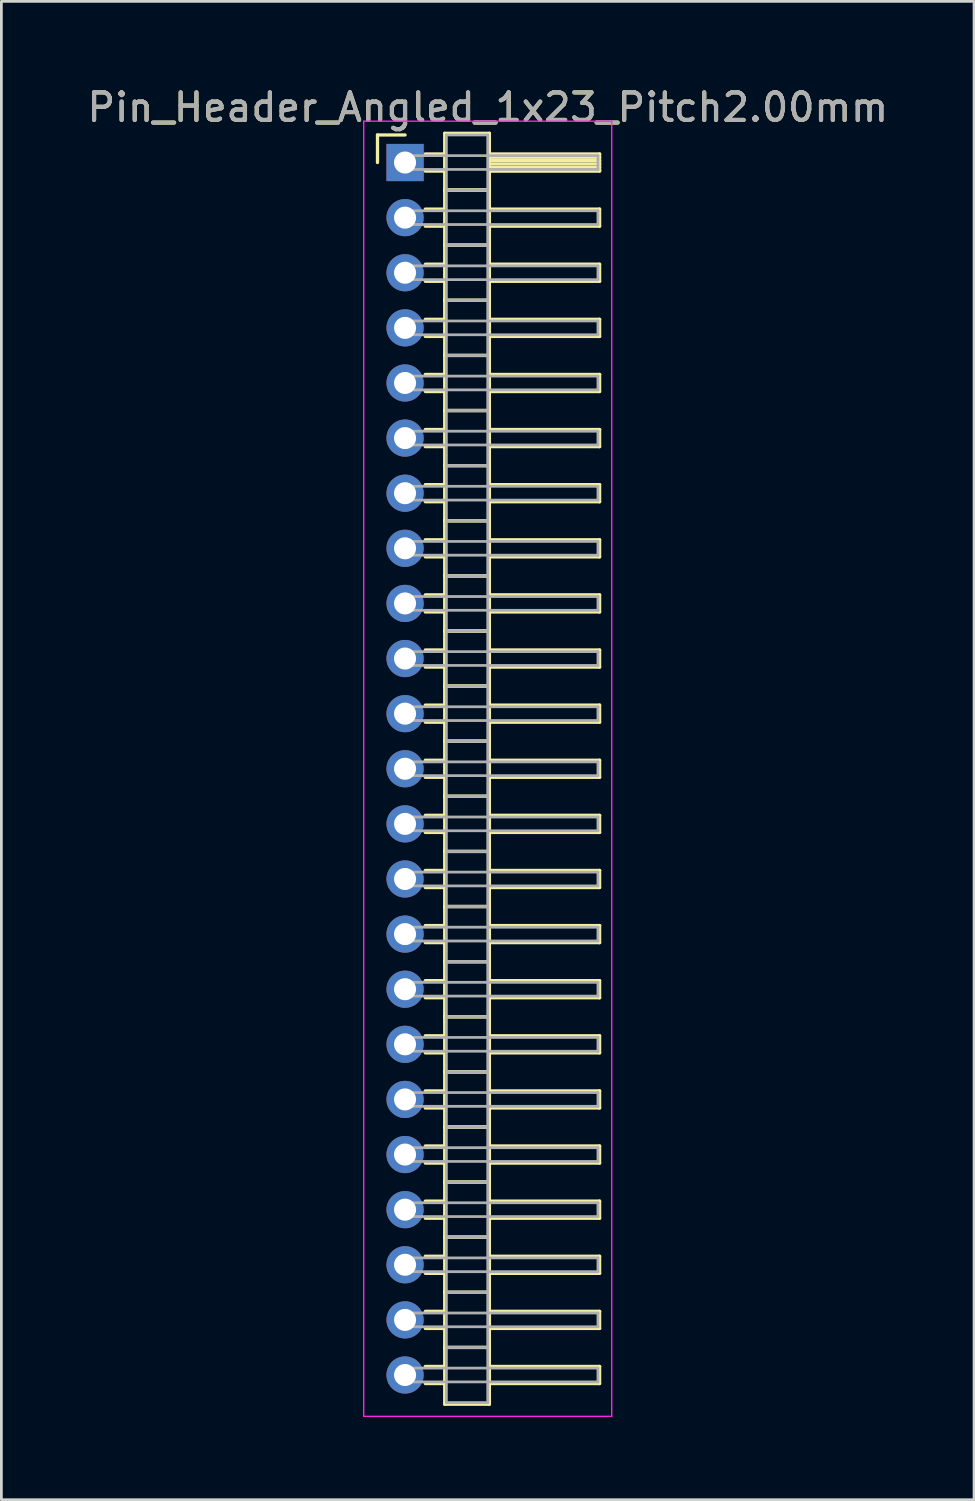
<source format=kicad_pcb>
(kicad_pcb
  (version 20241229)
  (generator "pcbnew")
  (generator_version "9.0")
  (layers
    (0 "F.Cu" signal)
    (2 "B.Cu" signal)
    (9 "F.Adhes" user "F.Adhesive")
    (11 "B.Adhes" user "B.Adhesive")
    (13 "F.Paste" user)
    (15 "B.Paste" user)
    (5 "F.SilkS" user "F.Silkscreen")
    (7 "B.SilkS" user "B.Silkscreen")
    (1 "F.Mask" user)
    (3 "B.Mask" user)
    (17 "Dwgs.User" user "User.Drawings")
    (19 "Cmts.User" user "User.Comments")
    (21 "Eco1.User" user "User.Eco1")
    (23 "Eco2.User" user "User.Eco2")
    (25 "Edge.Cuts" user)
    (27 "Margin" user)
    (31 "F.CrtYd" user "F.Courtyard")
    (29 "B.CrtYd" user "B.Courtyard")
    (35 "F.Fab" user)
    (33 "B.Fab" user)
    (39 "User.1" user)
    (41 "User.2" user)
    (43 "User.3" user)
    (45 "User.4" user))
  (footprint "Pin_Header_Angled_1x23_Pitch2.00mm"
    (layer "F.Cu")
    (at 11.649 2.848)
    (property "Reference" "Pin_Header_Angled_1x23_Pitch2.00mm" (at 3 -2 0) (layer "F.SilkS") (effects (font (size 1 1) (thickness 0.15))))
    (attr through_hole)
    (fp_line (start -1 -1) (end 0 -1) (stroke (width 0.12) (type solid)) (layer "F.SilkS"))
    (fp_line (start -1 0) (end -1 -1) (stroke (width 0.12) (type solid)) (layer "F.SilkS"))
    (fp_line (start 0.735 -0.31) (end 1.44 -0.31) (stroke (width 0.12) (type solid)) (layer "F.SilkS"))
    (fp_line (start 0.735 0.31) (end 1.44 0.31) (stroke (width 0.12) (type solid)) (layer "F.SilkS"))
    (fp_line (start 0.735 1.69) (end 1.44 1.69) (stroke (width 0.12) (type solid)) (layer "F.SilkS"))
    (fp_line (start 0.735 2.31) (end 1.44 2.31) (stroke (width 0.12) (type solid)) (layer "F.SilkS"))
    (fp_line (start 0.735 3.69) (end 1.44 3.69) (stroke (width 0.12) (type solid)) (layer "F.SilkS"))
    (fp_line (start 0.735 4.31) (end 1.44 4.31) (stroke (width 0.12) (type solid)) (layer "F.SilkS"))
    (fp_line (start 0.735 5.69) (end 1.44 5.69) (stroke (width 0.12) (type solid)) (layer "F.SilkS"))
    (fp_line (start 0.735 6.31) (end 1.44 6.31) (stroke (width 0.12) (type solid)) (layer "F.SilkS"))
    (fp_line (start 0.735 7.69) (end 1.44 7.69) (stroke (width 0.12) (type solid)) (layer "F.SilkS"))
    (fp_line (start 0.735 8.31) (end 1.44 8.31) (stroke (width 0.12) (type solid)) (layer "F.SilkS"))
    (fp_line (start 0.735 9.69) (end 1.44 9.69) (stroke (width 0.12) (type solid)) (layer "F.SilkS"))
    (fp_line (start 0.735 10.31) (end 1.44 10.31) (stroke (width 0.12) (type solid)) (layer "F.SilkS"))
    (fp_line (start 0.735 11.69) (end 1.44 11.69) (stroke (width 0.12) (type solid)) (layer "F.SilkS"))
    (fp_line (start 0.735 12.31) (end 1.44 12.31) (stroke (width 0.12) (type solid)) (layer "F.SilkS"))
    (fp_line (start 0.735 13.69) (end 1.44 13.69) (stroke (width 0.12) (type solid)) (layer "F.SilkS"))
    (fp_line (start 0.735 14.31) (end 1.44 14.31) (stroke (width 0.12) (type solid)) (layer "F.SilkS"))
    (fp_line (start 0.735 15.69) (end 1.44 15.69) (stroke (width 0.12) (type solid)) (layer "F.SilkS"))
    (fp_line (start 0.735 16.31) (end 1.44 16.31) (stroke (width 0.12) (type solid)) (layer "F.SilkS"))
    (fp_line (start 0.735 17.69) (end 1.44 17.69) (stroke (width 0.12) (type solid)) (layer "F.SilkS"))
    (fp_line (start 0.735 18.31) (end 1.44 18.31) (stroke (width 0.12) (type solid)) (layer "F.SilkS"))
    (fp_line (start 0.735 19.69) (end 1.44 19.69) (stroke (width 0.12) (type solid)) (layer "F.SilkS"))
    (fp_line (start 0.735 20.31) (end 1.44 20.31) (stroke (width 0.12) (type solid)) (layer "F.SilkS"))
    (fp_line (start 0.735 21.69) (end 1.44 21.69) (stroke (width 0.12) (type solid)) (layer "F.SilkS"))
    (fp_line (start 0.735 22.31) (end 1.44 22.31) (stroke (width 0.12) (type solid)) (layer "F.SilkS"))
    (fp_line (start 0.735 23.69) (end 1.44 23.69) (stroke (width 0.12) (type solid)) (layer "F.SilkS"))
    (fp_line (start 0.735 24.31) (end 1.44 24.31) (stroke (width 0.12) (type solid)) (layer "F.SilkS"))
    (fp_line (start 0.735 25.69) (end 1.44 25.69) (stroke (width 0.12) (type solid)) (layer "F.SilkS"))
    (fp_line (start 0.735 26.31) (end 1.44 26.31) (stroke (width 0.12) (type solid)) (layer "F.SilkS"))
    (fp_line (start 0.735 27.69) (end 1.44 27.69) (stroke (width 0.12) (type solid)) (layer "F.SilkS"))
    (fp_line (start 0.735 28.31) (end 1.44 28.31) (stroke (width 0.12) (type solid)) (layer "F.SilkS"))
    (fp_line (start 0.735 29.69) (end 1.44 29.69) (stroke (width 0.12) (type solid)) (layer "F.SilkS"))
    (fp_line (start 0.735 30.31) (end 1.44 30.31) (stroke (width 0.12) (type solid)) (layer "F.SilkS"))
    (fp_line (start 0.735 31.69) (end 1.44 31.69) (stroke (width 0.12) (type solid)) (layer "F.SilkS"))
    (fp_line (start 0.735 32.31) (end 1.44 32.31) (stroke (width 0.12) (type solid)) (layer "F.SilkS"))
    (fp_line (start 0.735 33.69) (end 1.44 33.69) (stroke (width 0.12) (type solid)) (layer "F.SilkS"))
    (fp_line (start 0.735 34.31) (end 1.44 34.31) (stroke (width 0.12) (type solid)) (layer "F.SilkS"))
    (fp_line (start 0.735 35.69) (end 1.44 35.69) (stroke (width 0.12) (type solid)) (layer "F.SilkS"))
    (fp_line (start 0.735 36.31) (end 1.44 36.31) (stroke (width 0.12) (type solid)) (layer "F.SilkS"))
    (fp_line (start 0.735 37.69) (end 1.44 37.69) (stroke (width 0.12) (type solid)) (layer "F.SilkS"))
    (fp_line (start 0.735 38.31) (end 1.44 38.31) (stroke (width 0.12) (type solid)) (layer "F.SilkS"))
    (fp_line (start 0.735 39.69) (end 1.44 39.69) (stroke (width 0.12) (type solid)) (layer "F.SilkS"))
    (fp_line (start 0.735 40.31) (end 1.44 40.31) (stroke (width 0.12) (type solid)) (layer "F.SilkS"))
    (fp_line (start 0.735 41.69) (end 1.44 41.69) (stroke (width 0.12) (type solid)) (layer "F.SilkS"))
    (fp_line (start 0.735 42.31) (end 1.44 42.31) (stroke (width 0.12) (type solid)) (layer "F.SilkS"))
    (fp_line (start 0.735 43.69) (end 1.44 43.69) (stroke (width 0.12) (type solid)) (layer "F.SilkS"))
    (fp_line (start 0.735 44.31) (end 1.44 44.31) (stroke (width 0.12) (type solid)) (layer "F.SilkS"))
    (fp_line (start 1.44 -1.06) (end 1.44 1) (stroke (width 0.12) (type solid)) (layer "F.SilkS"))
    (fp_line (start 1.44 1) (end 1.44 3) (stroke (width 0.12) (type solid)) (layer "F.SilkS"))
    (fp_line (start 1.44 1) (end 3.06 1) (stroke (width 0.12) (type solid)) (layer "F.SilkS"))
    (fp_line (start 1.44 3) (end 1.44 5) (stroke (width 0.12) (type solid)) (layer "F.SilkS"))
    (fp_line (start 1.44 3) (end 3.06 3) (stroke (width 0.12) (type solid)) (layer "F.SilkS"))
    (fp_line (start 1.44 5) (end 1.44 7) (stroke (width 0.12) (type solid)) (layer "F.SilkS"))
    (fp_line (start 1.44 5) (end 3.06 5) (stroke (width 0.12) (type solid)) (layer "F.SilkS"))
    (fp_line (start 1.44 7) (end 1.44 9) (stroke (width 0.12) (type solid)) (layer "F.SilkS"))
    (fp_line (start 1.44 7) (end 3.06 7) (stroke (width 0.12) (type solid)) (layer "F.SilkS"))
    (fp_line (start 1.44 9) (end 1.44 11) (stroke (width 0.12) (type solid)) (layer "F.SilkS"))
    (fp_line (start 1.44 9) (end 3.06 9) (stroke (width 0.12) (type solid)) (layer "F.SilkS"))
    (fp_line (start 1.44 11) (end 1.44 13) (stroke (width 0.12) (type solid)) (layer "F.SilkS"))
    (fp_line (start 1.44 11) (end 3.06 11) (stroke (width 0.12) (type solid)) (layer "F.SilkS"))
    (fp_line (start 1.44 13) (end 1.44 15) (stroke (width 0.12) (type solid)) (layer "F.SilkS"))
    (fp_line (start 1.44 13) (end 3.06 13) (stroke (width 0.12) (type solid)) (layer "F.SilkS"))
    (fp_line (start 1.44 15) (end 1.44 17) (stroke (width 0.12) (type solid)) (layer "F.SilkS"))
    (fp_line (start 1.44 15) (end 3.06 15) (stroke (width 0.12) (type solid)) (layer "F.SilkS"))
    (fp_line (start 1.44 17) (end 1.44 19) (stroke (width 0.12) (type solid)) (layer "F.SilkS"))
    (fp_line (start 1.44 17) (end 3.06 17) (stroke (width 0.12) (type solid)) (layer "F.SilkS"))
    (fp_line (start 1.44 19) (end 1.44 21) (stroke (width 0.12) (type solid)) (layer "F.SilkS"))
    (fp_line (start 1.44 19) (end 3.06 19) (stroke (width 0.12) (type solid)) (layer "F.SilkS"))
    (fp_line (start 1.44 21) (end 1.44 23) (stroke (width 0.12) (type solid)) (layer "F.SilkS"))
    (fp_line (start 1.44 21) (end 3.06 21) (stroke (width 0.12) (type solid)) (layer "F.SilkS"))
    (fp_line (start 1.44 23) (end 1.44 25) (stroke (width 0.12) (type solid)) (layer "F.SilkS"))
    (fp_line (start 1.44 23) (end 3.06 23) (stroke (width 0.12) (type solid)) (layer "F.SilkS"))
    (fp_line (start 1.44 25) (end 1.44 27) (stroke (width 0.12) (type solid)) (layer "F.SilkS"))
    (fp_line (start 1.44 25) (end 3.06 25) (stroke (width 0.12) (type solid)) (layer "F.SilkS"))
    (fp_line (start 1.44 27) (end 1.44 29) (stroke (width 0.12) (type solid)) (layer "F.SilkS"))
    (fp_line (start 1.44 27) (end 3.06 27) (stroke (width 0.12) (type solid)) (layer "F.SilkS"))
    (fp_line (start 1.44 29) (end 1.44 31) (stroke (width 0.12) (type solid)) (layer "F.SilkS"))
    (fp_line (start 1.44 29) (end 3.06 29) (stroke (width 0.12) (type solid)) (layer "F.SilkS"))
    (fp_line (start 1.44 31) (end 1.44 33) (stroke (width 0.12) (type solid)) (layer "F.SilkS"))
    (fp_line (start 1.44 31) (end 3.06 31) (stroke (width 0.12) (type solid)) (layer "F.SilkS"))
    (fp_line (start 1.44 33) (end 1.44 35) (stroke (width 0.12) (type solid)) (layer "F.SilkS"))
    (fp_line (start 1.44 33) (end 3.06 33) (stroke (width 0.12) (type solid)) (layer "F.SilkS"))
    (fp_line (start 1.44 35) (end 1.44 37) (stroke (width 0.12) (type solid)) (layer "F.SilkS"))
    (fp_line (start 1.44 35) (end 3.06 35) (stroke (width 0.12) (type solid)) (layer "F.SilkS"))
    (fp_line (start 1.44 37) (end 1.44 39) (stroke (width 0.12) (type solid)) (layer "F.SilkS"))
    (fp_line (start 1.44 37) (end 3.06 37) (stroke (width 0.12) (type solid)) (layer "F.SilkS"))
    (fp_line (start 1.44 39) (end 1.44 41) (stroke (width 0.12) (type solid)) (layer "F.SilkS"))
    (fp_line (start 1.44 39) (end 3.06 39) (stroke (width 0.12) (type solid)) (layer "F.SilkS"))
    (fp_line (start 1.44 41) (end 1.44 43) (stroke (width 0.12) (type solid)) (layer "F.SilkS"))
    (fp_line (start 1.44 41) (end 3.06 41) (stroke (width 0.12) (type solid)) (layer "F.SilkS"))
    (fp_line (start 1.44 43) (end 1.44 45.06) (stroke (width 0.12) (type solid)) (layer "F.SilkS"))
    (fp_line (start 1.44 43) (end 3.06 43) (stroke (width 0.12) (type solid)) (layer "F.SilkS"))
    (fp_line (start 1.44 45.06) (end 3.06 45.06) (stroke (width 0.12) (type solid)) (layer "F.SilkS"))
    (fp_line (start 3.06 -1.06) (end 1.44 -1.06) (stroke (width 0.12) (type solid)) (layer "F.SilkS"))
    (fp_line (start 3.06 -0.31) (end 3.06 0.31) (stroke (width 0.12) (type solid)) (layer "F.SilkS"))
    (fp_line (start 3.06 -0.19) (end 7.06 -0.19) (stroke (width 0.12) (type solid)) (layer "F.SilkS"))
    (fp_line (start 3.06 -0.07) (end 7.06 -0.07) (stroke (width 0.12) (type solid)) (layer "F.SilkS"))
    (fp_line (start 3.06 0.05) (end 7.06 0.05) (stroke (width 0.12) (type solid)) (layer "F.SilkS"))
    (fp_line (start 3.06 0.17) (end 7.06 0.17) (stroke (width 0.12) (type solid)) (layer "F.SilkS"))
    (fp_line (start 3.06 0.29) (end 7.06 0.29) (stroke (width 0.12) (type solid)) (layer "F.SilkS"))
    (fp_line (start 3.06 0.31) (end 7.06 0.31) (stroke (width 0.12) (type solid)) (layer "F.SilkS"))
    (fp_line (start 3.06 1) (end 1.44 1) (stroke (width 0.12) (type solid)) (layer "F.SilkS"))
    (fp_line (start 3.06 1) (end 3.06 -1.06) (stroke (width 0.12) (type solid)) (layer "F.SilkS"))
    (fp_line (start 3.06 1.69) (end 3.06 2.31) (stroke (width 0.12) (type solid)) (layer "F.SilkS"))
    (fp_line (start 3.06 2.31) (end 7.06 2.31) (stroke (width 0.12) (type solid)) (layer "F.SilkS"))
    (fp_line (start 3.06 3) (end 1.44 3) (stroke (width 0.12) (type solid)) (layer "F.SilkS"))
    (fp_line (start 3.06 3) (end 3.06 1) (stroke (width 0.12) (type solid)) (layer "F.SilkS"))
    (fp_line (start 3.06 3.69) (end 3.06 4.31) (stroke (width 0.12) (type solid)) (layer "F.SilkS"))
    (fp_line (start 3.06 4.31) (end 7.06 4.31) (stroke (width 0.12) (type solid)) (layer "F.SilkS"))
    (fp_line (start 3.06 5) (end 1.44 5) (stroke (width 0.12) (type solid)) (layer "F.SilkS"))
    (fp_line (start 3.06 5) (end 3.06 3) (stroke (width 0.12) (type solid)) (layer "F.SilkS"))
    (fp_line (start 3.06 5.69) (end 3.06 6.31) (stroke (width 0.12) (type solid)) (layer "F.SilkS"))
    (fp_line (start 3.06 6.31) (end 7.06 6.31) (stroke (width 0.12) (type solid)) (layer "F.SilkS"))
    (fp_line (start 3.06 7) (end 1.44 7) (stroke (width 0.12) (type solid)) (layer "F.SilkS"))
    (fp_line (start 3.06 7) (end 3.06 5) (stroke (width 0.12) (type solid)) (layer "F.SilkS"))
    (fp_line (start 3.06 7.69) (end 3.06 8.31) (stroke (width 0.12) (type solid)) (layer "F.SilkS"))
    (fp_line (start 3.06 8.31) (end 7.06 8.31) (stroke (width 0.12) (type solid)) (layer "F.SilkS"))
    (fp_line (start 3.06 9) (end 1.44 9) (stroke (width 0.12) (type solid)) (layer "F.SilkS"))
    (fp_line (start 3.06 9) (end 3.06 7) (stroke (width 0.12) (type solid)) (layer "F.SilkS"))
    (fp_line (start 3.06 9.69) (end 3.06 10.31) (stroke (width 0.12) (type solid)) (layer "F.SilkS"))
    (fp_line (start 3.06 10.31) (end 7.06 10.31) (stroke (width 0.12) (type solid)) (layer "F.SilkS"))
    (fp_line (start 3.06 11) (end 1.44 11) (stroke (width 0.12) (type solid)) (layer "F.SilkS"))
    (fp_line (start 3.06 11) (end 3.06 9) (stroke (width 0.12) (type solid)) (layer "F.SilkS"))
    (fp_line (start 3.06 11.69) (end 3.06 12.31) (stroke (width 0.12) (type solid)) (layer "F.SilkS"))
    (fp_line (start 3.06 12.31) (end 7.06 12.31) (stroke (width 0.12) (type solid)) (layer "F.SilkS"))
    (fp_line (start 3.06 13) (end 1.44 13) (stroke (width 0.12) (type solid)) (layer "F.SilkS"))
    (fp_line (start 3.06 13) (end 3.06 11) (stroke (width 0.12) (type solid)) (layer "F.SilkS"))
    (fp_line (start 3.06 13.69) (end 3.06 14.31) (stroke (width 0.12) (type solid)) (layer "F.SilkS"))
    (fp_line (start 3.06 14.31) (end 7.06 14.31) (stroke (width 0.12) (type solid)) (layer "F.SilkS"))
    (fp_line (start 3.06 15) (end 1.44 15) (stroke (width 0.12) (type solid)) (layer "F.SilkS"))
    (fp_line (start 3.06 15) (end 3.06 13) (stroke (width 0.12) (type solid)) (layer "F.SilkS"))
    (fp_line (start 3.06 15.69) (end 3.06 16.31) (stroke (width 0.12) (type solid)) (layer "F.SilkS"))
    (fp_line (start 3.06 16.31) (end 7.06 16.31) (stroke (width 0.12) (type solid)) (layer "F.SilkS"))
    (fp_line (start 3.06 17) (end 1.44 17) (stroke (width 0.12) (type solid)) (layer "F.SilkS"))
    (fp_line (start 3.06 17) (end 3.06 15) (stroke (width 0.12) (type solid)) (layer "F.SilkS"))
    (fp_line (start 3.06 17.69) (end 3.06 18.31) (stroke (width 0.12) (type solid)) (layer "F.SilkS"))
    (fp_line (start 3.06 18.31) (end 7.06 18.31) (stroke (width 0.12) (type solid)) (layer "F.SilkS"))
    (fp_line (start 3.06 19) (end 1.44 19) (stroke (width 0.12) (type solid)) (layer "F.SilkS"))
    (fp_line (start 3.06 19) (end 3.06 17) (stroke (width 0.12) (type solid)) (layer "F.SilkS"))
    (fp_line (start 3.06 19.69) (end 3.06 20.31) (stroke (width 0.12) (type solid)) (layer "F.SilkS"))
    (fp_line (start 3.06 20.31) (end 7.06 20.31) (stroke (width 0.12) (type solid)) (layer "F.SilkS"))
    (fp_line (start 3.06 21) (end 1.44 21) (stroke (width 0.12) (type solid)) (layer "F.SilkS"))
    (fp_line (start 3.06 21) (end 3.06 19) (stroke (width 0.12) (type solid)) (layer "F.SilkS"))
    (fp_line (start 3.06 21.69) (end 3.06 22.31) (stroke (width 0.12) (type solid)) (layer "F.SilkS"))
    (fp_line (start 3.06 22.31) (end 7.06 22.31) (stroke (width 0.12) (type solid)) (layer "F.SilkS"))
    (fp_line (start 3.06 23) (end 1.44 23) (stroke (width 0.12) (type solid)) (layer "F.SilkS"))
    (fp_line (start 3.06 23) (end 3.06 21) (stroke (width 0.12) (type solid)) (layer "F.SilkS"))
    (fp_line (start 3.06 23.69) (end 3.06 24.31) (stroke (width 0.12) (type solid)) (layer "F.SilkS"))
    (fp_line (start 3.06 24.31) (end 7.06 24.31) (stroke (width 0.12) (type solid)) (layer "F.SilkS"))
    (fp_line (start 3.06 25) (end 1.44 25) (stroke (width 0.12) (type solid)) (layer "F.SilkS"))
    (fp_line (start 3.06 25) (end 3.06 23) (stroke (width 0.12) (type solid)) (layer "F.SilkS"))
    (fp_line (start 3.06 25.69) (end 3.06 26.31) (stroke (width 0.12) (type solid)) (layer "F.SilkS"))
    (fp_line (start 3.06 26.31) (end 7.06 26.31) (stroke (width 0.12) (type solid)) (layer "F.SilkS"))
    (fp_line (start 3.06 27) (end 1.44 27) (stroke (width 0.12) (type solid)) (layer "F.SilkS"))
    (fp_line (start 3.06 27) (end 3.06 25) (stroke (width 0.12) (type solid)) (layer "F.SilkS"))
    (fp_line (start 3.06 27.69) (end 3.06 28.31) (stroke (width 0.12) (type solid)) (layer "F.SilkS"))
    (fp_line (start 3.06 28.31) (end 7.06 28.31) (stroke (width 0.12) (type solid)) (layer "F.SilkS"))
    (fp_line (start 3.06 29) (end 1.44 29) (stroke (width 0.12) (type solid)) (layer "F.SilkS"))
    (fp_line (start 3.06 29) (end 3.06 27) (stroke (width 0.12) (type solid)) (layer "F.SilkS"))
    (fp_line (start 3.06 29.69) (end 3.06 30.31) (stroke (width 0.12) (type solid)) (layer "F.SilkS"))
    (fp_line (start 3.06 30.31) (end 7.06 30.31) (stroke (width 0.12) (type solid)) (layer "F.SilkS"))
    (fp_line (start 3.06 31) (end 1.44 31) (stroke (width 0.12) (type solid)) (layer "F.SilkS"))
    (fp_line (start 3.06 31) (end 3.06 29) (stroke (width 0.12) (type solid)) (layer "F.SilkS"))
    (fp_line (start 3.06 31.69) (end 3.06 32.31) (stroke (width 0.12) (type solid)) (layer "F.SilkS"))
    (fp_line (start 3.06 32.31) (end 7.06 32.31) (stroke (width 0.12) (type solid)) (layer "F.SilkS"))
    (fp_line (start 3.06 33) (end 1.44 33) (stroke (width 0.12) (type solid)) (layer "F.SilkS"))
    (fp_line (start 3.06 33) (end 3.06 31) (stroke (width 0.12) (type solid)) (layer "F.SilkS"))
    (fp_line (start 3.06 33.69) (end 3.06 34.31) (stroke (width 0.12) (type solid)) (layer "F.SilkS"))
    (fp_line (start 3.06 34.31) (end 7.06 34.31) (stroke (width 0.12) (type solid)) (layer "F.SilkS"))
    (fp_line (start 3.06 35) (end 1.44 35) (stroke (width 0.12) (type solid)) (layer "F.SilkS"))
    (fp_line (start 3.06 35) (end 3.06 33) (stroke (width 0.12) (type solid)) (layer "F.SilkS"))
    (fp_line (start 3.06 35.69) (end 3.06 36.31) (stroke (width 0.12) (type solid)) (layer "F.SilkS"))
    (fp_line (start 3.06 36.31) (end 7.06 36.31) (stroke (width 0.12) (type solid)) (layer "F.SilkS"))
    (fp_line (start 3.06 37) (end 1.44 37) (stroke (width 0.12) (type solid)) (layer "F.SilkS"))
    (fp_line (start 3.06 37) (end 3.06 35) (stroke (width 0.12) (type solid)) (layer "F.SilkS"))
    (fp_line (start 3.06 37.69) (end 3.06 38.31) (stroke (width 0.12) (type solid)) (layer "F.SilkS"))
    (fp_line (start 3.06 38.31) (end 7.06 38.31) (stroke (width 0.12) (type solid)) (layer "F.SilkS"))
    (fp_line (start 3.06 39) (end 1.44 39) (stroke (width 0.12) (type solid)) (layer "F.SilkS"))
    (fp_line (start 3.06 39) (end 3.06 37) (stroke (width 0.12) (type solid)) (layer "F.SilkS"))
    (fp_line (start 3.06 39.69) (end 3.06 40.31) (stroke (width 0.12) (type solid)) (layer "F.SilkS"))
    (fp_line (start 3.06 40.31) (end 7.06 40.31) (stroke (width 0.12) (type solid)) (layer "F.SilkS"))
    (fp_line (start 3.06 41) (end 1.44 41) (stroke (width 0.12) (type solid)) (layer "F.SilkS"))
    (fp_line (start 3.06 41) (end 3.06 39) (stroke (width 0.12) (type solid)) (layer "F.SilkS"))
    (fp_line (start 3.06 41.69) (end 3.06 42.31) (stroke (width 0.12) (type solid)) (layer "F.SilkS"))
    (fp_line (start 3.06 42.31) (end 7.06 42.31) (stroke (width 0.12) (type solid)) (layer "F.SilkS"))
    (fp_line (start 3.06 43) (end 1.44 43) (stroke (width 0.12) (type solid)) (layer "F.SilkS"))
    (fp_line (start 3.06 43) (end 3.06 41) (stroke (width 0.12) (type solid)) (layer "F.SilkS"))
    (fp_line (start 3.06 43.69) (end 3.06 44.31) (stroke (width 0.12) (type solid)) (layer "F.SilkS"))
    (fp_line (start 3.06 44.31) (end 7.06 44.31) (stroke (width 0.12) (type solid)) (layer "F.SilkS"))
    (fp_line (start 3.06 45.06) (end 3.06 43) (stroke (width 0.12) (type solid)) (layer "F.SilkS"))
    (fp_line (start 7.06 -0.31) (end 3.06 -0.31) (stroke (width 0.12) (type solid)) (layer "F.SilkS"))
    (fp_line (start 7.06 0.31) (end 7.06 -0.31) (stroke (width 0.12) (type solid)) (layer "F.SilkS"))
    (fp_line (start 7.06 1.69) (end 3.06 1.69) (stroke (width 0.12) (type solid)) (layer "F.SilkS"))
    (fp_line (start 7.06 2.31) (end 7.06 1.69) (stroke (width 0.12) (type solid)) (layer "F.SilkS"))
    (fp_line (start 7.06 3.69) (end 3.06 3.69) (stroke (width 0.12) (type solid)) (layer "F.SilkS"))
    (fp_line (start 7.06 4.31) (end 7.06 3.69) (stroke (width 0.12) (type solid)) (layer "F.SilkS"))
    (fp_line (start 7.06 5.69) (end 3.06 5.69) (stroke (width 0.12) (type solid)) (layer "F.SilkS"))
    (fp_line (start 7.06 6.31) (end 7.06 5.69) (stroke (width 0.12) (type solid)) (layer "F.SilkS"))
    (fp_line (start 7.06 7.69) (end 3.06 7.69) (stroke (width 0.12) (type solid)) (layer "F.SilkS"))
    (fp_line (start 7.06 8.31) (end 7.06 7.69) (stroke (width 0.12) (type solid)) (layer "F.SilkS"))
    (fp_line (start 7.06 9.69) (end 3.06 9.69) (stroke (width 0.12) (type solid)) (layer "F.SilkS"))
    (fp_line (start 7.06 10.31) (end 7.06 9.69) (stroke (width 0.12) (type solid)) (layer "F.SilkS"))
    (fp_line (start 7.06 11.69) (end 3.06 11.69) (stroke (width 0.12) (type solid)) (layer "F.SilkS"))
    (fp_line (start 7.06 12.31) (end 7.06 11.69) (stroke (width 0.12) (type solid)) (layer "F.SilkS"))
    (fp_line (start 7.06 13.69) (end 3.06 13.69) (stroke (width 0.12) (type solid)) (layer "F.SilkS"))
    (fp_line (start 7.06 14.31) (end 7.06 13.69) (stroke (width 0.12) (type solid)) (layer "F.SilkS"))
    (fp_line (start 7.06 15.69) (end 3.06 15.69) (stroke (width 0.12) (type solid)) (layer "F.SilkS"))
    (fp_line (start 7.06 16.31) (end 7.06 15.69) (stroke (width 0.12) (type solid)) (layer "F.SilkS"))
    (fp_line (start 7.06 17.69) (end 3.06 17.69) (stroke (width 0.12) (type solid)) (layer "F.SilkS"))
    (fp_line (start 7.06 18.31) (end 7.06 17.69) (stroke (width 0.12) (type solid)) (layer "F.SilkS"))
    (fp_line (start 7.06 19.69) (end 3.06 19.69) (stroke (width 0.12) (type solid)) (layer "F.SilkS"))
    (fp_line (start 7.06 20.31) (end 7.06 19.69) (stroke (width 0.12) (type solid)) (layer "F.SilkS"))
    (fp_line (start 7.06 21.69) (end 3.06 21.69) (stroke (width 0.12) (type solid)) (layer "F.SilkS"))
    (fp_line (start 7.06 22.31) (end 7.06 21.69) (stroke (width 0.12) (type solid)) (layer "F.SilkS"))
    (fp_line (start 7.06 23.69) (end 3.06 23.69) (stroke (width 0.12) (type solid)) (layer "F.SilkS"))
    (fp_line (start 7.06 24.31) (end 7.06 23.69) (stroke (width 0.12) (type solid)) (layer "F.SilkS"))
    (fp_line (start 7.06 25.69) (end 3.06 25.69) (stroke (width 0.12) (type solid)) (layer "F.SilkS"))
    (fp_line (start 7.06 26.31) (end 7.06 25.69) (stroke (width 0.12) (type solid)) (layer "F.SilkS"))
    (fp_line (start 7.06 27.69) (end 3.06 27.69) (stroke (width 0.12) (type solid)) (layer "F.SilkS"))
    (fp_line (start 7.06 28.31) (end 7.06 27.69) (stroke (width 0.12) (type solid)) (layer "F.SilkS"))
    (fp_line (start 7.06 29.69) (end 3.06 29.69) (stroke (width 0.12) (type solid)) (layer "F.SilkS"))
    (fp_line (start 7.06 30.31) (end 7.06 29.69) (stroke (width 0.12) (type solid)) (layer "F.SilkS"))
    (fp_line (start 7.06 31.69) (end 3.06 31.69) (stroke (width 0.12) (type solid)) (layer "F.SilkS"))
    (fp_line (start 7.06 32.31) (end 7.06 31.69) (stroke (width 0.12) (type solid)) (layer "F.SilkS"))
    (fp_line (start 7.06 33.69) (end 3.06 33.69) (stroke (width 0.12) (type solid)) (layer "F.SilkS"))
    (fp_line (start 7.06 34.31) (end 7.06 33.69) (stroke (width 0.12) (type solid)) (layer "F.SilkS"))
    (fp_line (start 7.06 35.69) (end 3.06 35.69) (stroke (width 0.12) (type solid)) (layer "F.SilkS"))
    (fp_line (start 7.06 36.31) (end 7.06 35.69) (stroke (width 0.12) (type solid)) (layer "F.SilkS"))
    (fp_line (start 7.06 37.69) (end 3.06 37.69) (stroke (width 0.12) (type solid)) (layer "F.SilkS"))
    (fp_line (start 7.06 38.31) (end 7.06 37.69) (stroke (width 0.12) (type solid)) (layer "F.SilkS"))
    (fp_line (start 7.06 39.69) (end 3.06 39.69) (stroke (width 0.12) (type solid)) (layer "F.SilkS"))
    (fp_line (start 7.06 40.31) (end 7.06 39.69) (stroke (width 0.12) (type solid)) (layer "F.SilkS"))
    (fp_line (start 7.06 41.69) (end 3.06 41.69) (stroke (width 0.12) (type solid)) (layer "F.SilkS"))
    (fp_line (start 7.06 42.31) (end 7.06 41.69) (stroke (width 0.12) (type solid)) (layer "F.SilkS"))
    (fp_line (start 7.06 43.69) (end 3.06 43.69) (stroke (width 0.12) (type solid)) (layer "F.SilkS"))
    (fp_line (start 7.06 44.31) (end 7.06 43.69) (stroke (width 0.12) (type solid)) (layer "F.SilkS"))
    (fp_line (start -1.5 -1.5) (end -1.5 45.5) (stroke (width 0.05) (type solid)) (layer "F.CrtYd"))
    (fp_line (start -1.5 45.5) (end 7.5 45.5) (stroke (width 0.05) (type solid)) (layer "F.CrtYd"))
    (fp_line (start 7.5 -1.5) (end -1.5 -1.5) (stroke (width 0.05) (type solid)) (layer "F.CrtYd"))
    (fp_line (start 7.5 45.5) (end 7.5 -1.5) (stroke (width 0.05) (type solid)) (layer "F.CrtYd"))
    (fp_line (start 0 -0.25) (end 0 0.25) (stroke (width 0.1) (type solid)) (layer "F.Fab"))
    (fp_line (start 0 0.25) (end 7 0.25) (stroke (width 0.1) (type solid)) (layer "F.Fab"))
    (fp_line (start 0 1.75) (end 0 2.25) (stroke (width 0.1) (type solid)) (layer "F.Fab"))
    (fp_line (start 0 2.25) (end 7 2.25) (stroke (width 0.1) (type solid)) (layer "F.Fab"))
    (fp_line (start 0 3.75) (end 0 4.25) (stroke (width 0.1) (type solid)) (layer "F.Fab"))
    (fp_line (start 0 4.25) (end 7 4.25) (stroke (width 0.1) (type solid)) (layer "F.Fab"))
    (fp_line (start 0 5.75) (end 0 6.25) (stroke (width 0.1) (type solid)) (layer "F.Fab"))
    (fp_line (start 0 6.25) (end 7 6.25) (stroke (width 0.1) (type solid)) (layer "F.Fab"))
    (fp_line (start 0 7.75) (end 0 8.25) (stroke (width 0.1) (type solid)) (layer "F.Fab"))
    (fp_line (start 0 8.25) (end 7 8.25) (stroke (width 0.1) (type solid)) (layer "F.Fab"))
    (fp_line (start 0 9.75) (end 0 10.25) (stroke (width 0.1) (type solid)) (layer "F.Fab"))
    (fp_line (start 0 10.25) (end 7 10.25) (stroke (width 0.1) (type solid)) (layer "F.Fab"))
    (fp_line (start 0 11.75) (end 0 12.25) (stroke (width 0.1) (type solid)) (layer "F.Fab"))
    (fp_line (start 0 12.25) (end 7 12.25) (stroke (width 0.1) (type solid)) (layer "F.Fab"))
    (fp_line (start 0 13.75) (end 0 14.25) (stroke (width 0.1) (type solid)) (layer "F.Fab"))
    (fp_line (start 0 14.25) (end 7 14.25) (stroke (width 0.1) (type solid)) (layer "F.Fab"))
    (fp_line (start 0 15.75) (end 0 16.25) (stroke (width 0.1) (type solid)) (layer "F.Fab"))
    (fp_line (start 0 16.25) (end 7 16.25) (stroke (width 0.1) (type solid)) (layer "F.Fab"))
    (fp_line (start 0 17.75) (end 0 18.25) (stroke (width 0.1) (type solid)) (layer "F.Fab"))
    (fp_line (start 0 18.25) (end 7 18.25) (stroke (width 0.1) (type solid)) (layer "F.Fab"))
    (fp_line (start 0 19.75) (end 0 20.25) (stroke (width 0.1) (type solid)) (layer "F.Fab"))
    (fp_line (start 0 20.25) (end 7 20.25) (stroke (width 0.1) (type solid)) (layer "F.Fab"))
    (fp_line (start 0 21.75) (end 0 22.25) (stroke (width 0.1) (type solid)) (layer "F.Fab"))
    (fp_line (start 0 22.25) (end 7 22.25) (stroke (width 0.1) (type solid)) (layer "F.Fab"))
    (fp_line (start 0 23.75) (end 0 24.25) (stroke (width 0.1) (type solid)) (layer "F.Fab"))
    (fp_line (start 0 24.25) (end 7 24.25) (stroke (width 0.1) (type solid)) (layer "F.Fab"))
    (fp_line (start 0 25.75) (end 0 26.25) (stroke (width 0.1) (type solid)) (layer "F.Fab"))
    (fp_line (start 0 26.25) (end 7 26.25) (stroke (width 0.1) (type solid)) (layer "F.Fab"))
    (fp_line (start 0 27.75) (end 0 28.25) (stroke (width 0.1) (type solid)) (layer "F.Fab"))
    (fp_line (start 0 28.25) (end 7 28.25) (stroke (width 0.1) (type solid)) (layer "F.Fab"))
    (fp_line (start 0 29.75) (end 0 30.25) (stroke (width 0.1) (type solid)) (layer "F.Fab"))
    (fp_line (start 0 30.25) (end 7 30.25) (stroke (width 0.1) (type solid)) (layer "F.Fab"))
    (fp_line (start 0 31.75) (end 0 32.25) (stroke (width 0.1) (type solid)) (layer "F.Fab"))
    (fp_line (start 0 32.25) (end 7 32.25) (stroke (width 0.1) (type solid)) (layer "F.Fab"))
    (fp_line (start 0 33.75) (end 0 34.25) (stroke (width 0.1) (type solid)) (layer "F.Fab"))
    (fp_line (start 0 34.25) (end 7 34.25) (stroke (width 0.1) (type solid)) (layer "F.Fab"))
    (fp_line (start 0 35.75) (end 0 36.25) (stroke (width 0.1) (type solid)) (layer "F.Fab"))
    (fp_line (start 0 36.25) (end 7 36.25) (stroke (width 0.1) (type solid)) (layer "F.Fab"))
    (fp_line (start 0 37.75) (end 0 38.25) (stroke (width 0.1) (type solid)) (layer "F.Fab"))
    (fp_line (start 0 38.25) (end 7 38.25) (stroke (width 0.1) (type solid)) (layer "F.Fab"))
    (fp_line (start 0 39.75) (end 0 40.25) (stroke (width 0.1) (type solid)) (layer "F.Fab"))
    (fp_line (start 0 40.25) (end 7 40.25) (stroke (width 0.1) (type solid)) (layer "F.Fab"))
    (fp_line (start 0 41.75) (end 0 42.25) (stroke (width 0.1) (type solid)) (layer "F.Fab"))
    (fp_line (start 0 42.25) (end 7 42.25) (stroke (width 0.1) (type solid)) (layer "F.Fab"))
    (fp_line (start 0 43.75) (end 0 44.25) (stroke (width 0.1) (type solid)) (layer "F.Fab"))
    (fp_line (start 0 44.25) (end 7 44.25) (stroke (width 0.1) (type solid)) (layer "F.Fab"))
    (fp_line (start 1.5 -1) (end 1.5 1) (stroke (width 0.1) (type solid)) (layer "F.Fab"))
    (fp_line (start 1.5 1) (end 1.5 3) (stroke (width 0.1) (type solid)) (layer "F.Fab"))
    (fp_line (start 1.5 1) (end 3 1) (stroke (width 0.1) (type solid)) (layer "F.Fab"))
    (fp_line (start 1.5 3) (end 1.5 5) (stroke (width 0.1) (type solid)) (layer "F.Fab"))
    (fp_line (start 1.5 3) (end 3 3) (stroke (width 0.1) (type solid)) (layer "F.Fab"))
    (fp_line (start 1.5 5) (end 1.5 7) (stroke (width 0.1) (type solid)) (layer "F.Fab"))
    (fp_line (start 1.5 5) (end 3 5) (stroke (width 0.1) (type solid)) (layer "F.Fab"))
    (fp_line (start 1.5 7) (end 1.5 9) (stroke (width 0.1) (type solid)) (layer "F.Fab"))
    (fp_line (start 1.5 7) (end 3 7) (stroke (width 0.1) (type solid)) (layer "F.Fab"))
    (fp_line (start 1.5 9) (end 1.5 11) (stroke (width 0.1) (type solid)) (layer "F.Fab"))
    (fp_line (start 1.5 9) (end 3 9) (stroke (width 0.1) (type solid)) (layer "F.Fab"))
    (fp_line (start 1.5 11) (end 1.5 13) (stroke (width 0.1) (type solid)) (layer "F.Fab"))
    (fp_line (start 1.5 11) (end 3 11) (stroke (width 0.1) (type solid)) (layer "F.Fab"))
    (fp_line (start 1.5 13) (end 1.5 15) (stroke (width 0.1) (type solid)) (layer "F.Fab"))
    (fp_line (start 1.5 13) (end 3 13) (stroke (width 0.1) (type solid)) (layer "F.Fab"))
    (fp_line (start 1.5 15) (end 1.5 17) (stroke (width 0.1) (type solid)) (layer "F.Fab"))
    (fp_line (start 1.5 15) (end 3 15) (stroke (width 0.1) (type solid)) (layer "F.Fab"))
    (fp_line (start 1.5 17) (end 1.5 19) (stroke (width 0.1) (type solid)) (layer "F.Fab"))
    (fp_line (start 1.5 17) (end 3 17) (stroke (width 0.1) (type solid)) (layer "F.Fab"))
    (fp_line (start 1.5 19) (end 1.5 21) (stroke (width 0.1) (type solid)) (layer "F.Fab"))
    (fp_line (start 1.5 19) (end 3 19) (stroke (width 0.1) (type solid)) (layer "F.Fab"))
    (fp_line (start 1.5 21) (end 1.5 23) (stroke (width 0.1) (type solid)) (layer "F.Fab"))
    (fp_line (start 1.5 21) (end 3 21) (stroke (width 0.1) (type solid)) (layer "F.Fab"))
    (fp_line (start 1.5 23) (end 1.5 25) (stroke (width 0.1) (type solid)) (layer "F.Fab"))
    (fp_line (start 1.5 23) (end 3 23) (stroke (width 0.1) (type solid)) (layer "F.Fab"))
    (fp_line (start 1.5 25) (end 1.5 27) (stroke (width 0.1) (type solid)) (layer "F.Fab"))
    (fp_line (start 1.5 25) (end 3 25) (stroke (width 0.1) (type solid)) (layer "F.Fab"))
    (fp_line (start 1.5 27) (end 1.5 29) (stroke (width 0.1) (type solid)) (layer "F.Fab"))
    (fp_line (start 1.5 27) (end 3 27) (stroke (width 0.1) (type solid)) (layer "F.Fab"))
    (fp_line (start 1.5 29) (end 1.5 31) (stroke (width 0.1) (type solid)) (layer "F.Fab"))
    (fp_line (start 1.5 29) (end 3 29) (stroke (width 0.1) (type solid)) (layer "F.Fab"))
    (fp_line (start 1.5 31) (end 1.5 33) (stroke (width 0.1) (type solid)) (layer "F.Fab"))
    (fp_line (start 1.5 31) (end 3 31) (stroke (width 0.1) (type solid)) (layer "F.Fab"))
    (fp_line (start 1.5 33) (end 1.5 35) (stroke (width 0.1) (type solid)) (layer "F.Fab"))
    (fp_line (start 1.5 33) (end 3 33) (stroke (width 0.1) (type solid)) (layer "F.Fab"))
    (fp_line (start 1.5 35) (end 1.5 37) (stroke (width 0.1) (type solid)) (layer "F.Fab"))
    (fp_line (start 1.5 35) (end 3 35) (stroke (width 0.1) (type solid)) (layer "F.Fab"))
    (fp_line (start 1.5 37) (end 1.5 39) (stroke (width 0.1) (type solid)) (layer "F.Fab"))
    (fp_line (start 1.5 37) (end 3 37) (stroke (width 0.1) (type solid)) (layer "F.Fab"))
    (fp_line (start 1.5 39) (end 1.5 41) (stroke (width 0.1) (type solid)) (layer "F.Fab"))
    (fp_line (start 1.5 39) (end 3 39) (stroke (width 0.1) (type solid)) (layer "F.Fab"))
    (fp_line (start 1.5 41) (end 1.5 43) (stroke (width 0.1) (type solid)) (layer "F.Fab"))
    (fp_line (start 1.5 41) (end 3 41) (stroke (width 0.1) (type solid)) (layer "F.Fab"))
    (fp_line (start 1.5 43) (end 1.5 45) (stroke (width 0.1) (type solid)) (layer "F.Fab"))
    (fp_line (start 1.5 43) (end 3 43) (stroke (width 0.1) (type solid)) (layer "F.Fab"))
    (fp_line (start 1.5 45) (end 3 45) (stroke (width 0.1) (type solid)) (layer "F.Fab"))
    (fp_line (start 3 -1) (end 1.5 -1) (stroke (width 0.1) (type solid)) (layer "F.Fab"))
    (fp_line (start 3 1) (end 1.5 1) (stroke (width 0.1) (type solid)) (layer "F.Fab"))
    (fp_line (start 3 1) (end 3 -1) (stroke (width 0.1) (type solid)) (layer "F.Fab"))
    (fp_line (start 3 3) (end 1.5 3) (stroke (width 0.1) (type solid)) (layer "F.Fab"))
    (fp_line (start 3 3) (end 3 1) (stroke (width 0.1) (type solid)) (layer "F.Fab"))
    (fp_line (start 3 5) (end 1.5 5) (stroke (width 0.1) (type solid)) (layer "F.Fab"))
    (fp_line (start 3 5) (end 3 3) (stroke (width 0.1) (type solid)) (layer "F.Fab"))
    (fp_line (start 3 7) (end 1.5 7) (stroke (width 0.1) (type solid)) (layer "F.Fab"))
    (fp_line (start 3 7) (end 3 5) (stroke (width 0.1) (type solid)) (layer "F.Fab"))
    (fp_line (start 3 9) (end 1.5 9) (stroke (width 0.1) (type solid)) (layer "F.Fab"))
    (fp_line (start 3 9) (end 3 7) (stroke (width 0.1) (type solid)) (layer "F.Fab"))
    (fp_line (start 3 11) (end 1.5 11) (stroke (width 0.1) (type solid)) (layer "F.Fab"))
    (fp_line (start 3 11) (end 3 9) (stroke (width 0.1) (type solid)) (layer "F.Fab"))
    (fp_line (start 3 13) (end 1.5 13) (stroke (width 0.1) (type solid)) (layer "F.Fab"))
    (fp_line (start 3 13) (end 3 11) (stroke (width 0.1) (type solid)) (layer "F.Fab"))
    (fp_line (start 3 15) (end 1.5 15) (stroke (width 0.1) (type solid)) (layer "F.Fab"))
    (fp_line (start 3 15) (end 3 13) (stroke (width 0.1) (type solid)) (layer "F.Fab"))
    (fp_line (start 3 17) (end 1.5 17) (stroke (width 0.1) (type solid)) (layer "F.Fab"))
    (fp_line (start 3 17) (end 3 15) (stroke (width 0.1) (type solid)) (layer "F.Fab"))
    (fp_line (start 3 19) (end 1.5 19) (stroke (width 0.1) (type solid)) (layer "F.Fab"))
    (fp_line (start 3 19) (end 3 17) (stroke (width 0.1) (type solid)) (layer "F.Fab"))
    (fp_line (start 3 21) (end 1.5 21) (stroke (width 0.1) (type solid)) (layer "F.Fab"))
    (fp_line (start 3 21) (end 3 19) (stroke (width 0.1) (type solid)) (layer "F.Fab"))
    (fp_line (start 3 23) (end 1.5 23) (stroke (width 0.1) (type solid)) (layer "F.Fab"))
    (fp_line (start 3 23) (end 3 21) (stroke (width 0.1) (type solid)) (layer "F.Fab"))
    (fp_line (start 3 25) (end 1.5 25) (stroke (width 0.1) (type solid)) (layer "F.Fab"))
    (fp_line (start 3 25) (end 3 23) (stroke (width 0.1) (type solid)) (layer "F.Fab"))
    (fp_line (start 3 27) (end 1.5 27) (stroke (width 0.1) (type solid)) (layer "F.Fab"))
    (fp_line (start 3 27) (end 3 25) (stroke (width 0.1) (type solid)) (layer "F.Fab"))
    (fp_line (start 3 29) (end 1.5 29) (stroke (width 0.1) (type solid)) (layer "F.Fab"))
    (fp_line (start 3 29) (end 3 27) (stroke (width 0.1) (type solid)) (layer "F.Fab"))
    (fp_line (start 3 31) (end 1.5 31) (stroke (width 0.1) (type solid)) (layer "F.Fab"))
    (fp_line (start 3 31) (end 3 29) (stroke (width 0.1) (type solid)) (layer "F.Fab"))
    (fp_line (start 3 33) (end 1.5 33) (stroke (width 0.1) (type solid)) (layer "F.Fab"))
    (fp_line (start 3 33) (end 3 31) (stroke (width 0.1) (type solid)) (layer "F.Fab"))
    (fp_line (start 3 35) (end 1.5 35) (stroke (width 0.1) (type solid)) (layer "F.Fab"))
    (fp_line (start 3 35) (end 3 33) (stroke (width 0.1) (type solid)) (layer "F.Fab"))
    (fp_line (start 3 37) (end 1.5 37) (stroke (width 0.1) (type solid)) (layer "F.Fab"))
    (fp_line (start 3 37) (end 3 35) (stroke (width 0.1) (type solid)) (layer "F.Fab"))
    (fp_line (start 3 39) (end 1.5 39) (stroke (width 0.1) (type solid)) (layer "F.Fab"))
    (fp_line (start 3 39) (end 3 37) (stroke (width 0.1) (type solid)) (layer "F.Fab"))
    (fp_line (start 3 41) (end 1.5 41) (stroke (width 0.1) (type solid)) (layer "F.Fab"))
    (fp_line (start 3 41) (end 3 39) (stroke (width 0.1) (type solid)) (layer "F.Fab"))
    (fp_line (start 3 43) (end 1.5 43) (stroke (width 0.1) (type solid)) (layer "F.Fab"))
    (fp_line (start 3 43) (end 3 41) (stroke (width 0.1) (type solid)) (layer "F.Fab"))
    (fp_line (start 3 45) (end 3 43) (stroke (width 0.1) (type solid)) (layer "F.Fab"))
    (fp_line (start 7 -0.25) (end 0 -0.25) (stroke (width 0.1) (type solid)) (layer "F.Fab"))
    (fp_line (start 7 0.25) (end 7 -0.25) (stroke (width 0.1) (type solid)) (layer "F.Fab"))
    (fp_line (start 7 1.75) (end 0 1.75) (stroke (width 0.1) (type solid)) (layer "F.Fab"))
    (fp_line (start 7 2.25) (end 7 1.75) (stroke (width 0.1) (type solid)) (layer "F.Fab"))
    (fp_line (start 7 3.75) (end 0 3.75) (stroke (width 0.1) (type solid)) (layer "F.Fab"))
    (fp_line (start 7 4.25) (end 7 3.75) (stroke (width 0.1) (type solid)) (layer "F.Fab"))
    (fp_line (start 7 5.75) (end 0 5.75) (stroke (width 0.1) (type solid)) (layer "F.Fab"))
    (fp_line (start 7 6.25) (end 7 5.75) (stroke (width 0.1) (type solid)) (layer "F.Fab"))
    (fp_line (start 7 7.75) (end 0 7.75) (stroke (width 0.1) (type solid)) (layer "F.Fab"))
    (fp_line (start 7 8.25) (end 7 7.75) (stroke (width 0.1) (type solid)) (layer "F.Fab"))
    (fp_line (start 7 9.75) (end 0 9.75) (stroke (width 0.1) (type solid)) (layer "F.Fab"))
    (fp_line (start 7 10.25) (end 7 9.75) (stroke (width 0.1) (type solid)) (layer "F.Fab"))
    (fp_line (start 7 11.75) (end 0 11.75) (stroke (width 0.1) (type solid)) (layer "F.Fab"))
    (fp_line (start 7 12.25) (end 7 11.75) (stroke (width 0.1) (type solid)) (layer "F.Fab"))
    (fp_line (start 7 13.75) (end 0 13.75) (stroke (width 0.1) (type solid)) (layer "F.Fab"))
    (fp_line (start 7 14.25) (end 7 13.75) (stroke (width 0.1) (type solid)) (layer "F.Fab"))
    (fp_line (start 7 15.75) (end 0 15.75) (stroke (width 0.1) (type solid)) (layer "F.Fab"))
    (fp_line (start 7 16.25) (end 7 15.75) (stroke (width 0.1) (type solid)) (layer "F.Fab"))
    (fp_line (start 7 17.75) (end 0 17.75) (stroke (width 0.1) (type solid)) (layer "F.Fab"))
    (fp_line (start 7 18.25) (end 7 17.75) (stroke (width 0.1) (type solid)) (layer "F.Fab"))
    (fp_line (start 7 19.75) (end 0 19.75) (stroke (width 0.1) (type solid)) (layer "F.Fab"))
    (fp_line (start 7 20.25) (end 7 19.75) (stroke (width 0.1) (type solid)) (layer "F.Fab"))
    (fp_line (start 7 21.75) (end 0 21.75) (stroke (width 0.1) (type solid)) (layer "F.Fab"))
    (fp_line (start 7 22.25) (end 7 21.75) (stroke (width 0.1) (type solid)) (layer "F.Fab"))
    (fp_line (start 7 23.75) (end 0 23.75) (stroke (width 0.1) (type solid)) (layer "F.Fab"))
    (fp_line (start 7 24.25) (end 7 23.75) (stroke (width 0.1) (type solid)) (layer "F.Fab"))
    (fp_line (start 7 25.75) (end 0 25.75) (stroke (width 0.1) (type solid)) (layer "F.Fab"))
    (fp_line (start 7 26.25) (end 7 25.75) (stroke (width 0.1) (type solid)) (layer "F.Fab"))
    (fp_line (start 7 27.75) (end 0 27.75) (stroke (width 0.1) (type solid)) (layer "F.Fab"))
    (fp_line (start 7 28.25) (end 7 27.75) (stroke (width 0.1) (type solid)) (layer "F.Fab"))
    (fp_line (start 7 29.75) (end 0 29.75) (stroke (width 0.1) (type solid)) (layer "F.Fab"))
    (fp_line (start 7 30.25) (end 7 29.75) (stroke (width 0.1) (type solid)) (layer "F.Fab"))
    (fp_line (start 7 31.75) (end 0 31.75) (stroke (width 0.1) (type solid)) (layer "F.Fab"))
    (fp_line (start 7 32.25) (end 7 31.75) (stroke (width 0.1) (type solid)) (layer "F.Fab"))
    (fp_line (start 7 33.75) (end 0 33.75) (stroke (width 0.1) (type solid)) (layer "F.Fab"))
    (fp_line (start 7 34.25) (end 7 33.75) (stroke (width 0.1) (type solid)) (layer "F.Fab"))
    (fp_line (start 7 35.75) (end 0 35.75) (stroke (width 0.1) (type solid)) (layer "F.Fab"))
    (fp_line (start 7 36.25) (end 7 35.75) (stroke (width 0.1) (type solid)) (layer "F.Fab"))
    (fp_line (start 7 37.75) (end 0 37.75) (stroke (width 0.1) (type solid)) (layer "F.Fab"))
    (fp_line (start 7 38.25) (end 7 37.75) (stroke (width 0.1) (type solid)) (layer "F.Fab"))
    (fp_line (start 7 39.75) (end 0 39.75) (stroke (width 0.1) (type solid)) (layer "F.Fab"))
    (fp_line (start 7 40.25) (end 7 39.75) (stroke (width 0.1) (type solid)) (layer "F.Fab"))
    (fp_line (start 7 41.75) (end 0 41.75) (stroke (width 0.1) (type solid)) (layer "F.Fab"))
    (fp_line (start 7 42.25) (end 7 41.75) (stroke (width 0.1) (type solid)) (layer "F.Fab"))
    (fp_line (start 7 43.75) (end 0 43.75) (stroke (width 0.1) (type solid)) (layer "F.Fab"))
    (fp_line (start 7 44.25) (end 7 43.75) (stroke (width 0.1) (type solid)) (layer "F.Fab"))
    (fp_text user "${REFERENCE}" (at 3 -2 0) (layer "F.Fab") (effects (font (size 1 1) (thickness 0.15))))
    (pad "1" thru_hole rect (at 0 0) (size 1.35 1.35) (drill 0.8) (layers "*.Cu" "*.Mask"))
    (pad "2" thru_hole oval (at 0 2) (size 1.35 1.35) (drill 0.8) (layers "*.Cu" "*.Mask"))
    (pad "3" thru_hole oval (at 0 4) (size 1.35 1.35) (drill 0.8) (layers "*.Cu" "*.Mask"))
    (pad "4" thru_hole oval (at 0 6) (size 1.35 1.35) (drill 0.8) (layers "*.Cu" "*.Mask"))
    (pad "5" thru_hole oval (at 0 8) (size 1.35 1.35) (drill 0.8) (layers "*.Cu" "*.Mask"))
    (pad "6" thru_hole oval (at 0 10) (size 1.35 1.35) (drill 0.8) (layers "*.Cu" "*.Mask"))
    (pad "7" thru_hole oval (at 0 12) (size 1.35 1.35) (drill 0.8) (layers "*.Cu" "*.Mask"))
    (pad "8" thru_hole oval (at 0 14) (size 1.35 1.35) (drill 0.8) (layers "*.Cu" "*.Mask"))
    (pad "9" thru_hole oval (at 0 16) (size 1.35 1.35) (drill 0.8) (layers "*.Cu" "*.Mask"))
    (pad "10" thru_hole oval (at 0 18) (size 1.35 1.35) (drill 0.8) (layers "*.Cu" "*.Mask"))
    (pad "11" thru_hole oval (at 0 20) (size 1.35 1.35) (drill 0.8) (layers "*.Cu" "*.Mask"))
    (pad "12" thru_hole oval (at 0 22) (size 1.35 1.35) (drill 0.8) (layers "*.Cu" "*.Mask"))
    (pad "13" thru_hole oval (at 0 24) (size 1.35 1.35) (drill 0.8) (layers "*.Cu" "*.Mask"))
    (pad "14" thru_hole oval (at 0 26) (size 1.35 1.35) (drill 0.8) (layers "*.Cu" "*.Mask"))
    (pad "15" thru_hole oval (at 0 28) (size 1.35 1.35) (drill 0.8) (layers "*.Cu" "*.Mask"))
    (pad "16" thru_hole oval (at 0 30) (size 1.35 1.35) (drill 0.8) (layers "*.Cu" "*.Mask"))
    (pad "17" thru_hole oval (at 0 32) (size 1.35 1.35) (drill 0.8) (layers "*.Cu" "*.Mask"))
    (pad "18" thru_hole oval (at 0 34) (size 1.35 1.35) (drill 0.8) (layers "*.Cu" "*.Mask"))
    (pad "19" thru_hole oval (at 0 36) (size 1.35 1.35) (drill 0.8) (layers "*.Cu" "*.Mask"))
    (pad "20" thru_hole oval (at 0 38) (size 1.35 1.35) (drill 0.8) (layers "*.Cu" "*.Mask"))
    (pad "21" thru_hole oval (at 0 40) (size 1.35 1.35) (drill 0.8) (layers "*.Cu" "*.Mask"))
    (pad "22" thru_hole oval (at 0 42) (size 1.35 1.35) (drill 0.8) (layers "*.Cu" "*.Mask"))
    (pad "23" thru_hole oval (at 0 44) (size 1.35 1.35) (drill 0.8) (layers "*.Cu" "*.Mask")))
  (gr_rect
    (start -3 -3)
    (end 32.298 51.373)
    (stroke (width 0.1) (type default))
    (fill no)
    (layer "Edge.Cuts")))
</source>
